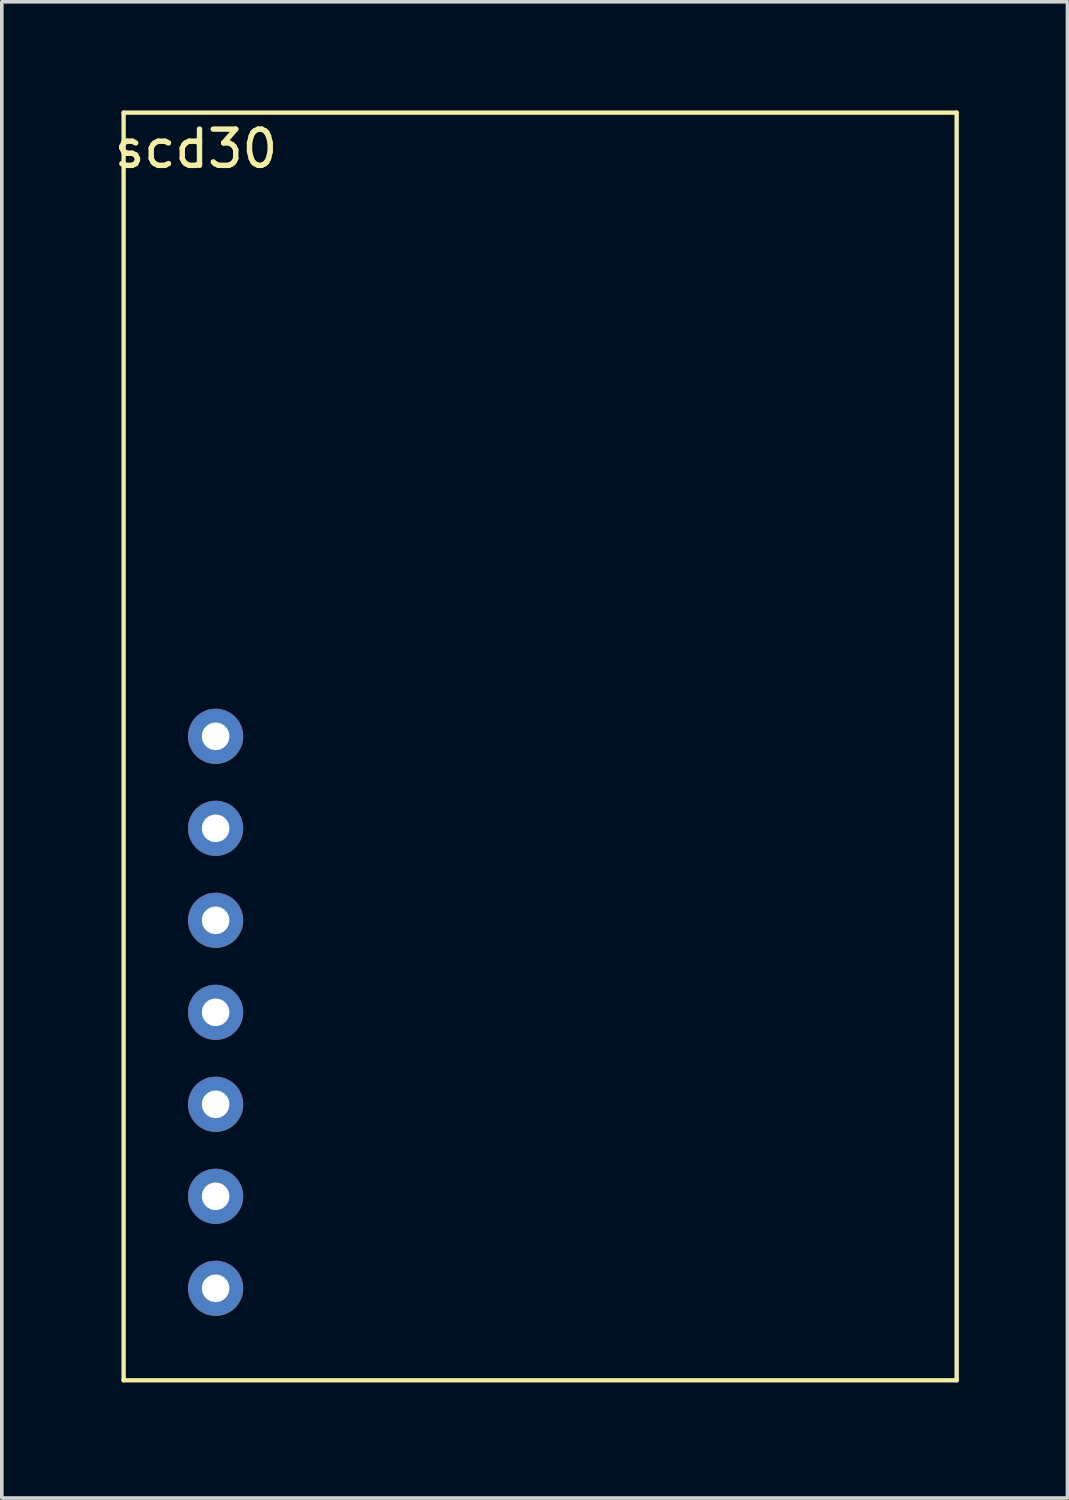
<source format=kicad_pcb>
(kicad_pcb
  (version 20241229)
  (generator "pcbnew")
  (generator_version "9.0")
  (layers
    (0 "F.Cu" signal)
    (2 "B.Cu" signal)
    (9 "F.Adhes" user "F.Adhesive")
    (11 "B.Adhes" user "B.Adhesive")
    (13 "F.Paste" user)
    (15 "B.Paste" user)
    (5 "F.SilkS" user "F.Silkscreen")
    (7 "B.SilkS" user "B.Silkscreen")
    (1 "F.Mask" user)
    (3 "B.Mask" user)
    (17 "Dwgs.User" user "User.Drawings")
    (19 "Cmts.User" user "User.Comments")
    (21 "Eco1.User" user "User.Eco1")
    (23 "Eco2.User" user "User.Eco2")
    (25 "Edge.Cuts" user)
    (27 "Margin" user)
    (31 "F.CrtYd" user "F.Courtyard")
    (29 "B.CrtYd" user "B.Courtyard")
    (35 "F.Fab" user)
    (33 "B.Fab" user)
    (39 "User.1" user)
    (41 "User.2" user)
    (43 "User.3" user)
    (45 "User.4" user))
  (footprint "scd30"
    (layer "F.Cu")
    (at 0.363 35.06)
    (property "Reference" "scd30" (at 2 -34 0) (layer "F.SilkS") (effects (font (size 1 1) (thickness 0.15))))
    (attr through_hole)
    (fp_line (start 0 -35) (end 0 0) (stroke (width 0.12) (type solid)) (layer "F.SilkS"))
    (fp_line (start 0 0) (end 23 0) (stroke (width 0.12) (type solid)) (layer "F.SilkS"))
    (fp_line (start 23 -35) (end 0 -35) (stroke (width 0.12) (type solid)) (layer "F.SilkS"))
    (fp_line (start 23 0) (end 23 -35) (stroke (width 0.12) (type solid)) (layer "F.SilkS"))
    (pad "1" thru_hole circle (at 2.54 -17.78) (size 1.524 1.524) (drill 0.762) (layers "*.Cu" "*.Mask"))
    (pad "2" thru_hole circle (at 2.54 -15.24) (size 1.524 1.524) (drill 0.762) (layers "*.Cu" "*.Mask"))
    (pad "3" thru_hole circle (at 2.54 -12.7) (size 1.524 1.524) (drill 0.762) (layers "*.Cu" "*.Mask"))
    (pad "4" thru_hole circle (at 2.54 -10.16) (size 1.524 1.524) (drill 0.762) (layers "*.Cu" "*.Mask"))
    (pad "5" thru_hole circle (at 2.54 -7.62) (size 1.524 1.524) (drill 0.762) (layers "*.Cu" "*.Mask"))
    (pad "6" thru_hole circle (at 2.54 -5.08) (size 1.524 1.524) (drill 0.762) (layers "*.Cu" "*.Mask"))
    (pad "7" thru_hole circle (at 2.54 -2.54) (size 1.524 1.524) (drill 0.762) (layers "*.Cu" "*.Mask")))
  (gr_rect
    (start -3 -3)
    (end 26.423 38.31)
    (stroke (width 0.1) (type default))
    (fill no)
    (layer "Edge.Cuts")))
</source>
